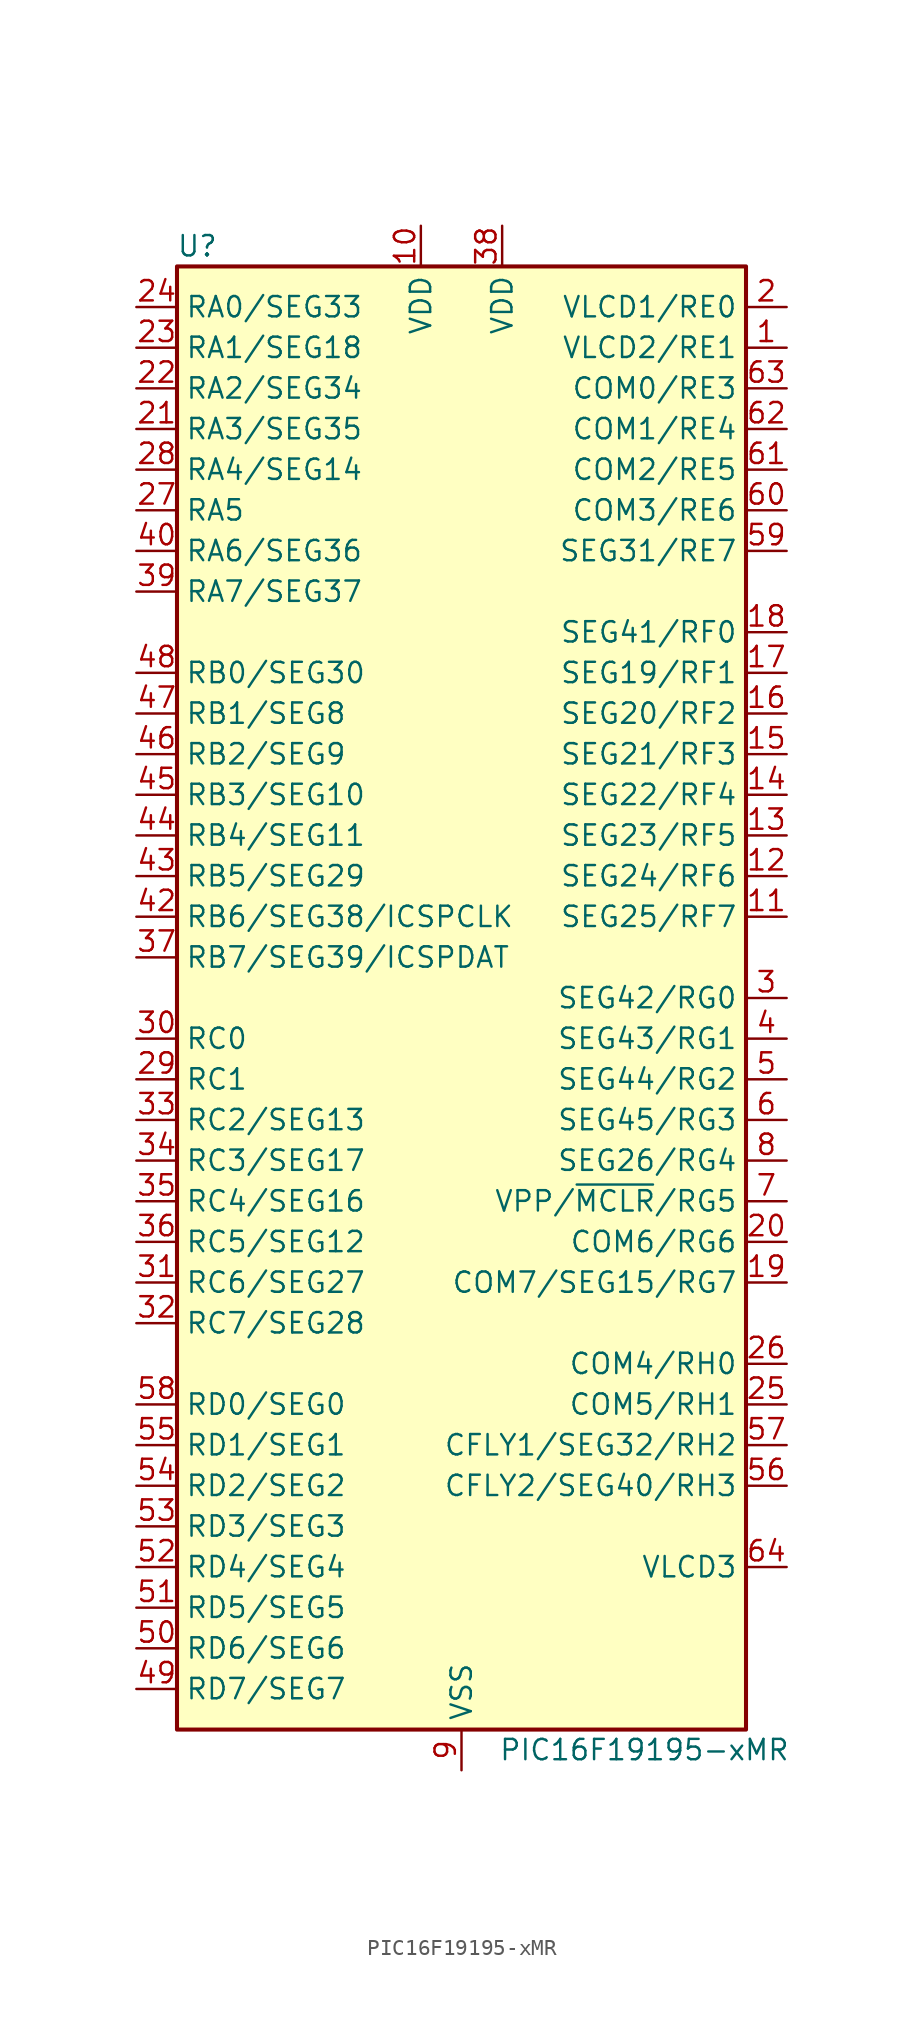
<source format=kicad_sym>
(kicad_symbol_lib
  (version 20220914)
  (generator kicad_symbol_editor)
  (symbol "PIC16F19195-xMR"
    (property "Reference" "U"
      (at -16.51 46.99 0)
      (effects (font (size 1.27 1.27))))
    (property "Value" "PIC16F19195-xMR"
      (at 11.43 -46.99 0)
      (effects (font (size 1.27 1.27))))
    (symbol "PIC16F19195-xMR_0_1"
      (rectangle (start -17.78 45.72) (end 17.78 -45.72) (stroke (width 0.254) (type default)) (fill (type background))))
    (symbol "PIC16F19195-xMR_1_1"
      (pin bidirectional line (at 20.32 40.64 180) (length 2.54) (name "VLCD2/RE1" (effects (font (size 1.27 1.27)))) (number "1" (effects (font (size 1.27 1.27)))))
      (pin power_in line (at -2.54 48.26 270) (length 2.54) (name "VDD" (effects (font (size 1.27 1.27)))) (number "10" (effects (font (size 1.27 1.27)))))
      (pin bidirectional line (at 20.32 5.08 180) (length 2.54) (name "SEG25/RF7" (effects (font (size 1.27 1.27)))) (number "11" (effects (font (size 1.27 1.27)))))
      (pin bidirectional line (at 20.32 7.62 180) (length 2.54) (name "SEG24/RF6" (effects (font (size 1.27 1.27)))) (number "12" (effects (font (size 1.27 1.27)))))
      (pin bidirectional line (at 20.32 10.16 180) (length 2.54) (name "SEG23/RF5" (effects (font (size 1.27 1.27)))) (number "13" (effects (font (size 1.27 1.27)))))
      (pin bidirectional line (at 20.32 12.7 180) (length 2.54) (name "SEG22/RF4" (effects (font (size 1.27 1.27)))) (number "14" (effects (font (size 1.27 1.27)))))
      (pin bidirectional line (at 20.32 15.24 180) (length 2.54) (name "SEG21/RF3" (effects (font (size 1.27 1.27)))) (number "15" (effects (font (size 1.27 1.27)))))
      (pin bidirectional line (at 20.32 17.78 180) (length 2.54) (name "SEG20/RF2" (effects (font (size 1.27 1.27)))) (number "16" (effects (font (size 1.27 1.27)))))
      (pin bidirectional line (at 20.32 20.32 180) (length 2.54) (name "SEG19/RF1" (effects (font (size 1.27 1.27)))) (number "17" (effects (font (size 1.27 1.27)))))
      (pin bidirectional line (at 20.32 22.86 180) (length 2.54) (name "SEG41/RF0" (effects (font (size 1.27 1.27)))) (number "18" (effects (font (size 1.27 1.27)))))
      (pin bidirectional line (at 20.32 -17.78 180) (length 2.54) (name "COM7/SEG15/RG7" (effects (font (size 1.27 1.27)))) (number "19" (effects (font (size 1.27 1.27)))))
      (pin bidirectional line (at 20.32 43.18 180) (length 2.54) (name "VLCD1/RE0" (effects (font (size 1.27 1.27)))) (number "2" (effects (font (size 1.27 1.27)))))
      (pin bidirectional line (at 20.32 -15.24 180) (length 2.54) (name "COM6/RG6" (effects (font (size 1.27 1.27)))) (number "20" (effects (font (size 1.27 1.27)))))
      (pin bidirectional line (at -20.32 35.56 0) (length 2.54) (name "RA3/SEG35" (effects (font (size 1.27 1.27)))) (number "21" (effects (font (size 1.27 1.27)))))
      (pin bidirectional line (at -20.32 38.1 0) (length 2.54) (name "RA2/SEG34" (effects (font (size 1.27 1.27)))) (number "22" (effects (font (size 1.27 1.27)))))
      (pin bidirectional line (at -20.32 40.64 0) (length 2.54) (name "RA1/SEG18" (effects (font (size 1.27 1.27)))) (number "23" (effects (font (size 1.27 1.27)))))
      (pin bidirectional line (at -20.32 43.18 0) (length 2.54) (name "RA0/SEG33" (effects (font (size 1.27 1.27)))) (number "24" (effects (font (size 1.27 1.27)))))
      (pin bidirectional line (at 20.32 -25.4 180) (length 2.54) (name "COM5/RH1" (effects (font (size 1.27 1.27)))) (number "25" (effects (font (size 1.27 1.27)))))
      (pin bidirectional line (at 20.32 -22.86 180) (length 2.54) (name "COM4/RH0" (effects (font (size 1.27 1.27)))) (number "26" (effects (font (size 1.27 1.27)))))
      (pin bidirectional line (at -20.32 30.48 0) (length 2.54) (name "RA5" (effects (font (size 1.27 1.27)))) (number "27" (effects (font (size 1.27 1.27)))))
      (pin bidirectional line (at -20.32 33.02 0) (length 2.54) (name "RA4/SEG14" (effects (font (size 1.27 1.27)))) (number "28" (effects (font (size 1.27 1.27)))))
      (pin bidirectional line (at -20.32 -5.08 0) (length 2.54) (name "RC1" (effects (font (size 1.27 1.27)))) (number "29" (effects (font (size 1.27 1.27)))))
      (pin bidirectional line (at 20.32 0 180) (length 2.54) (name "SEG42/RG0" (effects (font (size 1.27 1.27)))) (number "3" (effects (font (size 1.27 1.27)))))
      (pin bidirectional line (at -20.32 -2.54 0) (length 2.54) (name "RC0" (effects (font (size 1.27 1.27)))) (number "30" (effects (font (size 1.27 1.27)))))
      (pin bidirectional line (at -20.32 -17.78 0) (length 2.54) (name "RC6/SEG27" (effects (font (size 1.27 1.27)))) (number "31" (effects (font (size 1.27 1.27)))))
      (pin bidirectional line (at -20.32 -20.32 0) (length 2.54) (name "RC7/SEG28" (effects (font (size 1.27 1.27)))) (number "32" (effects (font (size 1.27 1.27)))))
      (pin bidirectional line (at -20.32 -7.62 0) (length 2.54) (name "RC2/SEG13" (effects (font (size 1.27 1.27)))) (number "33" (effects (font (size 1.27 1.27)))))
      (pin bidirectional line (at -20.32 -10.16 0) (length 2.54) (name "RC3/SEG17" (effects (font (size 1.27 1.27)))) (number "34" (effects (font (size 1.27 1.27)))))
      (pin bidirectional line (at -20.32 -12.7 0) (length 2.54) (name "RC4/SEG16" (effects (font (size 1.27 1.27)))) (number "35" (effects (font (size 1.27 1.27)))))
      (pin bidirectional line (at -20.32 -15.24 0) (length 2.54) (name "RC5/SEG12" (effects (font (size 1.27 1.27)))) (number "36" (effects (font (size 1.27 1.27)))))
      (pin bidirectional line (at -20.32 2.54 0) (length 2.54) (name "RB7/SEG39/ICSPDAT" (effects (font (size 1.27 1.27)))) (number "37" (effects (font (size 1.27 1.27)))))
      (pin power_in line (at 2.54 48.26 270) (length 2.54) (name "VDD" (effects (font (size 1.27 1.27)))) (number "38" (effects (font (size 1.27 1.27)))))
      (pin bidirectional line (at -20.32 25.4 0) (length 2.54) (name "RA7/SEG37" (effects (font (size 1.27 1.27)))) (number "39" (effects (font (size 1.27 1.27)))))
      (pin bidirectional line (at 20.32 -2.54 180) (length 2.54) (name "SEG43/RG1" (effects (font (size 1.27 1.27)))) (number "4" (effects (font (size 1.27 1.27)))))
      (pin bidirectional line (at -20.32 27.94 0) (length 2.54) (name "RA6/SEG36" (effects (font (size 1.27 1.27)))) (number "40" (effects (font (size 1.27 1.27)))))
      (pin passive line (at 0 -48.26 90) (length 2.54) hide (name "VSS" (effects (font (size 1.27 1.27)))) (number "41" (effects (font (size 1.27 1.27)))))
      (pin bidirectional line (at -20.32 5.08 0) (length 2.54) (name "RB6/SEG38/ICSPCLK" (effects (font (size 1.27 1.27)))) (number "42" (effects (font (size 1.27 1.27)))))
      (pin bidirectional line (at -20.32 7.62 0) (length 2.54) (name "RB5/SEG29" (effects (font (size 1.27 1.27)))) (number "43" (effects (font (size 1.27 1.27)))))
      (pin bidirectional line (at -20.32 10.16 0) (length 2.54) (name "RB4/SEG11" (effects (font (size 1.27 1.27)))) (number "44" (effects (font (size 1.27 1.27)))))
      (pin bidirectional line (at -20.32 12.7 0) (length 2.54) (name "RB3/SEG10" (effects (font (size 1.27 1.27)))) (number "45" (effects (font (size 1.27 1.27)))))
      (pin bidirectional line (at -20.32 15.24 0) (length 2.54) (name "RB2/SEG9" (effects (font (size 1.27 1.27)))) (number "46" (effects (font (size 1.27 1.27)))))
      (pin bidirectional line (at -20.32 17.78 0) (length 2.54) (name "RB1/SEG8" (effects (font (size 1.27 1.27)))) (number "47" (effects (font (size 1.27 1.27)))))
      (pin bidirectional line (at -20.32 20.32 0) (length 2.54) (name "RB0/SEG30" (effects (font (size 1.27 1.27)))) (number "48" (effects (font (size 1.27 1.27)))))
      (pin bidirectional line (at -20.32 -43.18 0) (length 2.54) (name "RD7/SEG7" (effects (font (size 1.27 1.27)))) (number "49" (effects (font (size 1.27 1.27)))))
      (pin bidirectional line (at 20.32 -5.08 180) (length 2.54) (name "SEG44/RG2" (effects (font (size 1.27 1.27)))) (number "5" (effects (font (size 1.27 1.27)))))
      (pin bidirectional line (at -20.32 -40.64 0) (length 2.54) (name "RD6/SEG6" (effects (font (size 1.27 1.27)))) (number "50" (effects (font (size 1.27 1.27)))))
      (pin bidirectional line (at -20.32 -38.1 0) (length 2.54) (name "RD5/SEG5" (effects (font (size 1.27 1.27)))) (number "51" (effects (font (size 1.27 1.27)))))
      (pin bidirectional line (at -20.32 -35.56 0) (length 2.54) (name "RD4/SEG4" (effects (font (size 1.27 1.27)))) (number "52" (effects (font (size 1.27 1.27)))))
      (pin bidirectional line (at -20.32 -33.02 0) (length 2.54) (name "RD3/SEG3" (effects (font (size 1.27 1.27)))) (number "53" (effects (font (size 1.27 1.27)))))
      (pin bidirectional line (at -20.32 -30.48 0) (length 2.54) (name "RD2/SEG2" (effects (font (size 1.27 1.27)))) (number "54" (effects (font (size 1.27 1.27)))))
      (pin bidirectional line (at -20.32 -27.94 0) (length 2.54) (name "RD1/SEG1" (effects (font (size 1.27 1.27)))) (number "55" (effects (font (size 1.27 1.27)))))
      (pin bidirectional line (at 20.32 -30.48 180) (length 2.54) (name "CFLY2/SEG40/RH3" (effects (font (size 1.27 1.27)))) (number "56" (effects (font (size 1.27 1.27)))))
      (pin bidirectional line (at 20.32 -27.94 180) (length 2.54) (name "CFLY1/SEG32/RH2" (effects (font (size 1.27 1.27)))) (number "57" (effects (font (size 1.27 1.27)))))
      (pin bidirectional line (at -20.32 -25.4 0) (length 2.54) (name "RD0/SEG0" (effects (font (size 1.27 1.27)))) (number "58" (effects (font (size 1.27 1.27)))))
      (pin bidirectional line (at 20.32 27.94 180) (length 2.54) (name "SEG31/RE7" (effects (font (size 1.27 1.27)))) (number "59" (effects (font (size 1.27 1.27)))))
      (pin bidirectional line (at 20.32 -7.62 180) (length 2.54) (name "SEG45/RG3" (effects (font (size 1.27 1.27)))) (number "6" (effects (font (size 1.27 1.27)))))
      (pin bidirectional line (at 20.32 30.48 180) (length 2.54) (name "COM3/RE6" (effects (font (size 1.27 1.27)))) (number "60" (effects (font (size 1.27 1.27)))))
      (pin bidirectional line (at 20.32 33.02 180) (length 2.54) (name "COM2/RE5" (effects (font (size 1.27 1.27)))) (number "61" (effects (font (size 1.27 1.27)))))
      (pin bidirectional line (at 20.32 35.56 180) (length 2.54) (name "COM1/RE4" (effects (font (size 1.27 1.27)))) (number "62" (effects (font (size 1.27 1.27)))))
      (pin bidirectional line (at 20.32 38.1 180) (length 2.54) (name "COM0/RE3" (effects (font (size 1.27 1.27)))) (number "63" (effects (font (size 1.27 1.27)))))
      (pin input line (at 20.32 -35.56 180) (length 2.54) (name "VLCD3" (effects (font (size 1.27 1.27)))) (number "64" (effects (font (size 1.27 1.27)))))
      (pin passive line (at 0 -48.26 90) (length 2.54) hide (name "VSS" (effects (font (size 1.27 1.27)))) (number "65" (effects (font (size 1.27 1.27)))))
      (pin bidirectional line (at 20.32 -12.7 180) (length 2.54) (name "VPP/~{MCLR}/RG5" (effects (font (size 1.27 1.27)))) (number "7" (effects (font (size 1.27 1.27)))))
      (pin bidirectional line (at 20.32 -10.16 180) (length 2.54) (name "SEG26/RG4" (effects (font (size 1.27 1.27)))) (number "8" (effects (font (size 1.27 1.27)))))
      (pin power_in line (at 0 -48.26 90) (length 2.54) (name "VSS" (effects (font (size 1.27 1.27)))) (number "9" (effects (font (size 1.27 1.27))))))))
</source>
